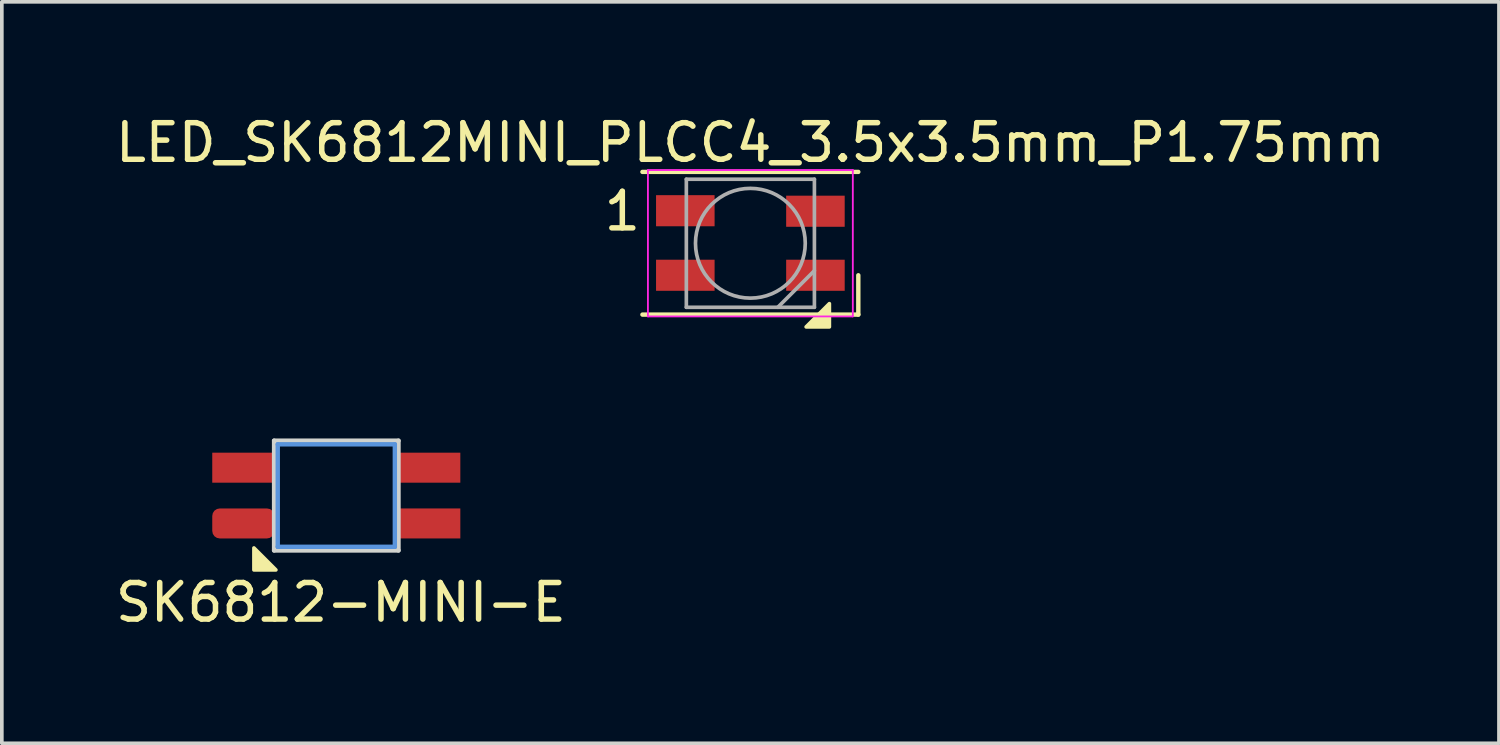
<source format=kicad_pcb>
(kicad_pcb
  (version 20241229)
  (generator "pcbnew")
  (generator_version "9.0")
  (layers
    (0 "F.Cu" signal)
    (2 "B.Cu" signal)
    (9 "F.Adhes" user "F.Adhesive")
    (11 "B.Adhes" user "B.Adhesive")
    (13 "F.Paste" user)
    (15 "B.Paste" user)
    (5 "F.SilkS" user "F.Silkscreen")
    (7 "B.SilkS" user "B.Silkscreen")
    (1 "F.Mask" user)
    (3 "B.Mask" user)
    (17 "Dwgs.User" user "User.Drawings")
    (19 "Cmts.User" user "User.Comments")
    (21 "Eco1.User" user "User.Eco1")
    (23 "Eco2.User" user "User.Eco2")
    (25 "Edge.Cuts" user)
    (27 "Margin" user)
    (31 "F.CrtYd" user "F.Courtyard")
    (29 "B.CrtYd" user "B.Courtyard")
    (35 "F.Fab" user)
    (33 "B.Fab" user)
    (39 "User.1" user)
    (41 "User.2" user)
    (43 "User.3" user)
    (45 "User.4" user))
  (footprint "LED_SK6812MINI_PLCC4_3.5x3.5mm_P1.75mm"
    (layer "F.Cu")
    (at 17.458 3.598)
    (property "Reference" "LED_SK6812MINI_PLCC4_3.5x3.5mm_P1.75mm" (at 0 -2.75 0) (layer "F.SilkS") (effects (font (size 1 1) (thickness 0.15))))
    (attr smd)
    (fp_line (start -2.95 -1.95) (end 2.95 -1.95) (stroke (width 0.12) (type solid)) (layer "F.SilkS"))
    (fp_line (start -2.95 1.95) (end 2.95 1.95) (stroke (width 0.12) (type solid)) (layer "F.SilkS"))
    (fp_line (start 2.95 1.95) (end 2.95 0.875) (stroke (width 0.12) (type solid)) (layer "F.SilkS"))
    (fp_poly (pts (xy 2.159 2.286) (xy 1.524 2.286) (xy 2.159 1.651)) (stroke (width 0.1) (type solid)) (fill yes) (layer "F.SilkS"))
    (fp_line (start -2.8 -2) (end -2.8 2) (stroke (width 0.05) (type solid)) (layer "F.CrtYd"))
    (fp_line (start -2.8 2) (end 2.8 2) (stroke (width 0.05) (type solid)) (layer "F.CrtYd"))
    (fp_line (start 2.8 -2) (end -2.8 -2) (stroke (width 0.05) (type solid)) (layer "F.CrtYd"))
    (fp_line (start 2.8 2) (end 2.8 -2) (stroke (width 0.05) (type solid)) (layer "F.CrtYd"))
    (fp_line (start -1.75 -1.75) (end -1.75 1.75) (stroke (width 0.1) (type solid)) (layer "F.Fab"))
    (fp_line (start -1.75 1.75) (end 1.75 1.75) (stroke (width 0.1) (type solid)) (layer "F.Fab"))
    (fp_line (start 1.75 -1.75) (end -1.75 -1.75) (stroke (width 0.1) (type solid)) (layer "F.Fab"))
    (fp_line (start 1.75 0.75) (end 0.75 1.75) (stroke (width 0.1) (type solid)) (layer "F.Fab"))
    (fp_line (start 1.75 1.75) (end 1.75 -1.75) (stroke (width 0.1) (type solid)) (layer "F.Fab"))
    (fp_circle (center 0 0) (end 0 -1.5) (stroke (width 0.1) (type solid)) (fill no) (layer "F.Fab"))
    (fp_text user "1" (at -3.5 -0.875 0) (layer "F.SilkS") (effects (font (size 1 1) (thickness 0.15))))
    (pad "1" smd rect (at 1.778 -0.875) (size 1.6 0.85) (layers "F.Cu" "F.Mask" "F.Paste"))
    (pad "2" smd rect (at 1.778 0.875) (size 1.6 0.85) (layers "F.Cu" "F.Mask" "F.Paste"))
    (pad "3" smd rect (at -1.778 0.875) (size 1.6 0.85) (layers "F.Cu" "F.Mask" "F.Paste"))
    (pad "4" smd rect (at -1.778 -0.889) (size 1.6 0.85) (layers "F.Cu" "F.Mask" "F.Paste")))
  (footprint "SK6812-MINI-E"
    (layer "F.Cu")
    (at 6.268 10.494)
    (property "Reference" "SK6812-MINI-E" (at 0 2.921 0) (layer "F.SilkS") (effects (font (size 1 1) (thickness 0.15))))
    (attr through_hole)
    (fp_poly (pts (xy -1.778 2.032) (xy -2.378 2.032) (xy -2.378 1.432)) (stroke (width 0.1) (type solid)) (fill yes) (layer "F.SilkS"))
    (fp_line (start -1.727 -1.4) (end 1.473 -1.4) (stroke (width 0.12) (type solid)) (layer "Cmts.User"))
    (fp_line (start -1.727 1.4) (end -1.727 -1.4) (stroke (width 0.12) (type solid)) (layer "Cmts.User"))
    (fp_line (start 1.473 -1.4) (end 1.473 1.4) (stroke (width 0.12) (type solid)) (layer "Cmts.User"))
    (fp_line (start 1.473 1.4) (end -1.727 1.4) (stroke (width 0.12) (type solid)) (layer "Cmts.User"))
    (fp_line (start -1.827 -1.5) (end 1.573 -1.5) (stroke (width 0.12) (type solid)) (layer "Edge.Cuts"))
    (fp_line (start -1.827 1.5) (end -1.827 -1.5) (stroke (width 0.12) (type solid)) (layer "Edge.Cuts"))
    (fp_line (start 1.573 -1.5) (end 1.573 1.5) (stroke (width 0.12) (type solid)) (layer "Edge.Cuts"))
    (fp_line (start 1.573 1.5) (end -1.827 1.5) (stroke (width 0.12) (type solid)) (layer "Edge.Cuts"))
    (pad "1" smd rect (at 2.413 0.762) (size 1.7 0.82) (layers "F.Cu" "F.Mask" "F.Paste"))
    (pad "2" smd roundrect (at -2.667 0.762) (size 1.7 0.82) (layers "F.Cu" "F.Mask" "F.Paste") (roundrect_rratio 0.25))
    (pad "3" smd rect (at -2.667 -0.762) (size 1.7 0.82) (layers "F.Cu" "F.Mask" "F.Paste"))
    (pad "4" smd rect (at 2.413 -0.762) (size 1.7 0.82) (layers "F.Cu" "F.Mask" "F.Paste")))
  (gr_rect
    (start -3 -3)
    (end 37.917 17.264)
    (stroke (width 0.1) (type default))
    (fill no)
    (layer "Edge.Cuts")))
</source>
